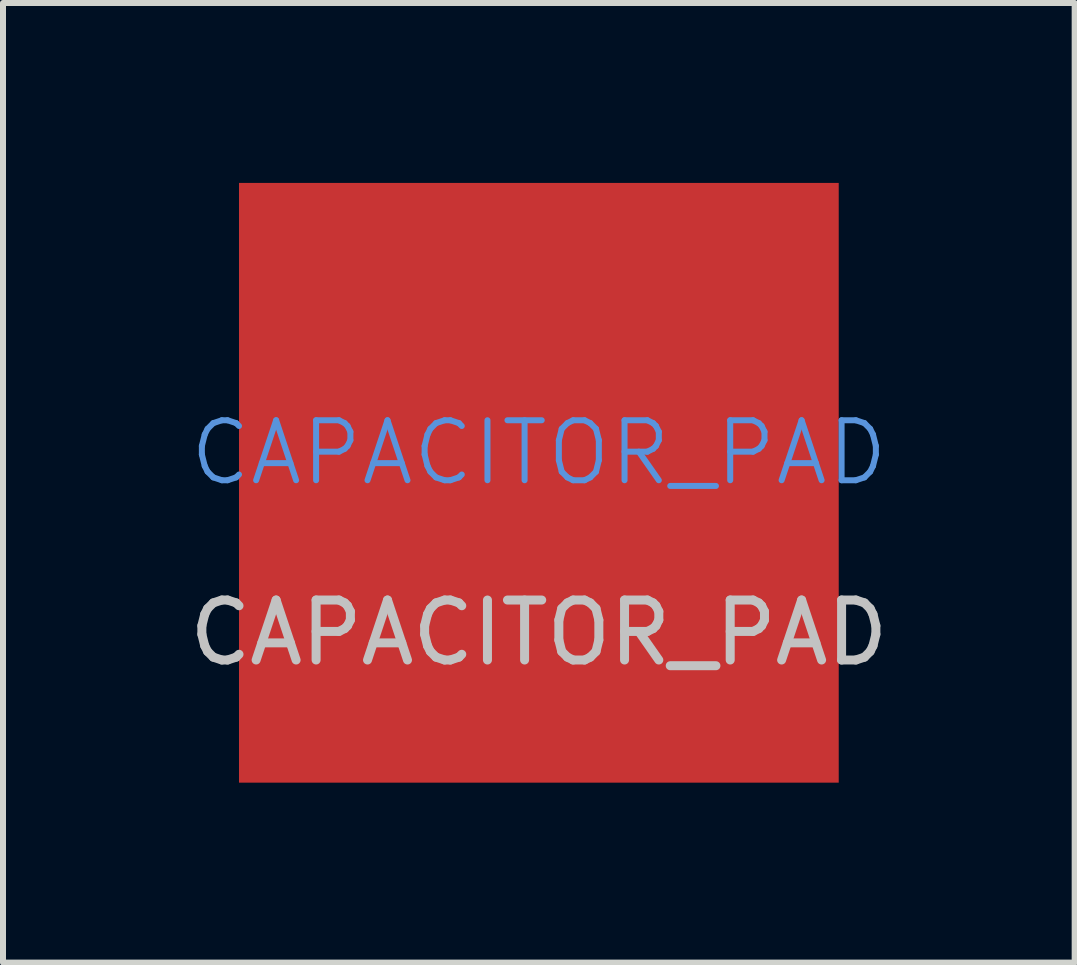
<source format=kicad_pcb>
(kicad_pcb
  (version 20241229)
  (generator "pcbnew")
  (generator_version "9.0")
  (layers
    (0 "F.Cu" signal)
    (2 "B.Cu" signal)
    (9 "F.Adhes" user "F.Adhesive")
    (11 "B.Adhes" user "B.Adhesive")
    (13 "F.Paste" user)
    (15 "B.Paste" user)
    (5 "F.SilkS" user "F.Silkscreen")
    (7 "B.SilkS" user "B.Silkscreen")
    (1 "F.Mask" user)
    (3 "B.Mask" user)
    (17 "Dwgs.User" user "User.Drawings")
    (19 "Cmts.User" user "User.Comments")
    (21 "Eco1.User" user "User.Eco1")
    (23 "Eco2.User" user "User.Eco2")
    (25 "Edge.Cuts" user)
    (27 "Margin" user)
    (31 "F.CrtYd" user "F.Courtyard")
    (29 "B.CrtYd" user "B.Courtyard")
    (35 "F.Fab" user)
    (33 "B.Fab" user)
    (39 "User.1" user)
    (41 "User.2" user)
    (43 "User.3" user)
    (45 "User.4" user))
  (footprint "CAPACITOR_PAD"
    (layer "F.Cu")
    (at 5.935 5)
    (property "Reference" "CAPACITOR_PAD" (at 0 -0.5 0) (unlocked yes) (layer "Cmts.User") (effects (font (size 1 1) (thickness 0.1))))
    (fp_text user "${REFERENCE}" (at 0 2.5 0) (unlocked yes) (layer "Dwgs.User") (effects (font (size 1 1) (thickness 0.15))))
    (pad "1" smd custom (at 0 0) (size 1.524 1.524) (layers "F.Cu" "F.Mask" "F.Paste") (options (anchor circle)) (primitives (gr_rect (start -5 -5) (end 5 5) (width 0) (fill yes)))))
  (gr_rect
    (start -3 -3)
    (end 14.869 13)
    (stroke (width 0.1) (type default))
    (fill no)
    (layer "Edge.Cuts")))
</source>
